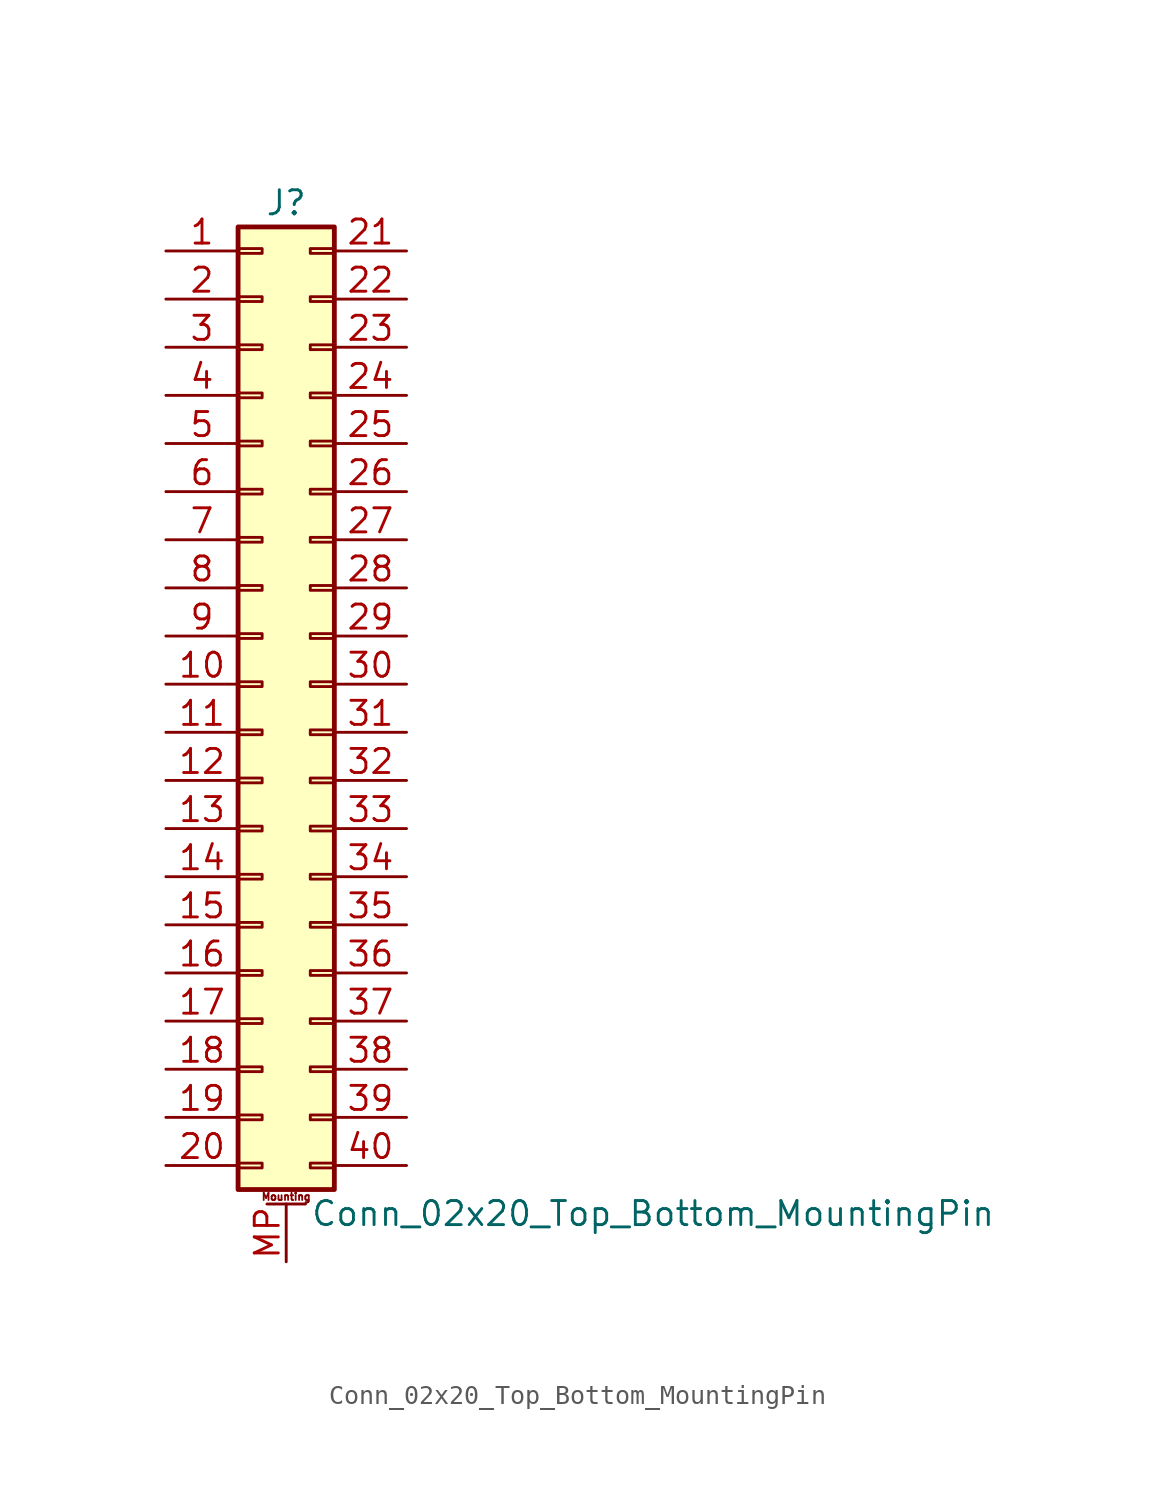
<source format=kicad_sym>
(kicad_symbol_lib
  (version 20211014)
  (generator kicad_symbol_editor)
  (symbol "Conn_02x20_Top_Bottom_MountingPin"
    (pin_names
      (offset 1.016) hide)
    (property "Reference" "J"
      (at 1.27 25.4 0)
      (effects (font (size 1.27 1.27))))
    (property "Value" "Conn_02x20_Top_Bottom_MountingPin"
      (at 2.54 -27.94 0)
      (effects (font (size 1.27 1.27)) (justify left)))
    (symbol "Conn_02x20_Top_Bottom_MountingPin_1_1"
      (rectangle (start -1.27 -25.273) (end 0 -25.527) (stroke (width 0.152) (type default) (color 0 0 0 0)) (fill (type none)))
      (rectangle (start -1.27 -22.733) (end 0 -22.987) (stroke (width 0.152) (type default) (color 0 0 0 0)) (fill (type none)))
      (rectangle (start -1.27 -20.193) (end 0 -20.447) (stroke (width 0.152) (type default) (color 0 0 0 0)) (fill (type none)))
      (rectangle (start -1.27 -17.653) (end 0 -17.907) (stroke (width 0.152) (type default) (color 0 0 0 0)) (fill (type none)))
      (rectangle (start -1.27 -15.113) (end 0 -15.367) (stroke (width 0.152) (type default) (color 0 0 0 0)) (fill (type none)))
      (rectangle (start -1.27 -12.573) (end 0 -12.827) (stroke (width 0.152) (type default) (color 0 0 0 0)) (fill (type none)))
      (rectangle (start -1.27 -10.033) (end 0 -10.287) (stroke (width 0.152) (type default) (color 0 0 0 0)) (fill (type none)))
      (rectangle (start -1.27 -7.493) (end 0 -7.747) (stroke (width 0.152) (type default) (color 0 0 0 0)) (fill (type none)))
      (rectangle (start -1.27 -4.953) (end 0 -5.207) (stroke (width 0.152) (type default) (color 0 0 0 0)) (fill (type none)))
      (rectangle (start -1.27 -2.413) (end 0 -2.667) (stroke (width 0.152) (type default) (color 0 0 0 0)) (fill (type none)))
      (rectangle (start -1.27 0.127) (end 0 -0.127) (stroke (width 0.152) (type default) (color 0 0 0 0)) (fill (type none)))
      (rectangle (start -1.27 2.667) (end 0 2.413) (stroke (width 0.152) (type default) (color 0 0 0 0)) (fill (type none)))
      (rectangle (start -1.27 5.207) (end 0 4.953) (stroke (width 0.152) (type default) (color 0 0 0 0)) (fill (type none)))
      (rectangle (start -1.27 7.747) (end 0 7.493) (stroke (width 0.152) (type default) (color 0 0 0 0)) (fill (type none)))
      (rectangle (start -1.27 10.287) (end 0 10.033) (stroke (width 0.152) (type default) (color 0 0 0 0)) (fill (type none)))
      (rectangle (start -1.27 12.827) (end 0 12.573) (stroke (width 0.152) (type default) (color 0 0 0 0)) (fill (type none)))
      (rectangle (start -1.27 15.367) (end 0 15.113) (stroke (width 0.152) (type default) (color 0 0 0 0)) (fill (type none)))
      (rectangle (start -1.27 17.907) (end 0 17.653) (stroke (width 0.152) (type default) (color 0 0 0 0)) (fill (type none)))
      (rectangle (start -1.27 20.447) (end 0 20.193) (stroke (width 0.152) (type default) (color 0 0 0 0)) (fill (type none)))
      (rectangle (start -1.27 22.987) (end 0 22.733) (stroke (width 0.152) (type default) (color 0 0 0 0)) (fill (type none)))
      (rectangle (start -1.27 24.13) (end 3.81 -26.67) (stroke (width 0.254) (type default) (color 0 0 0 0)) (fill (type background)))
      (polyline (pts (xy 0.254 -27.432) (xy 2.286 -27.432)) (stroke (width 0.152) (type default) (color 0 0 0 0)) (fill (type none)))
      (rectangle (start 3.81 -25.273) (end 2.54 -25.527) (stroke (width 0.152) (type default) (color 0 0 0 0)) (fill (type none)))
      (rectangle (start 3.81 -22.733) (end 2.54 -22.987) (stroke (width 0.152) (type default) (color 0 0 0 0)) (fill (type none)))
      (rectangle (start 3.81 -20.193) (end 2.54 -20.447) (stroke (width 0.152) (type default) (color 0 0 0 0)) (fill (type none)))
      (rectangle (start 3.81 -17.653) (end 2.54 -17.907) (stroke (width 0.152) (type default) (color 0 0 0 0)) (fill (type none)))
      (rectangle (start 3.81 -15.113) (end 2.54 -15.367) (stroke (width 0.152) (type default) (color 0 0 0 0)) (fill (type none)))
      (rectangle (start 3.81 -12.573) (end 2.54 -12.827) (stroke (width 0.152) (type default) (color 0 0 0 0)) (fill (type none)))
      (rectangle (start 3.81 -10.033) (end 2.54 -10.287) (stroke (width 0.152) (type default) (color 0 0 0 0)) (fill (type none)))
      (rectangle (start 3.81 -7.493) (end 2.54 -7.747) (stroke (width 0.152) (type default) (color 0 0 0 0)) (fill (type none)))
      (rectangle (start 3.81 -4.953) (end 2.54 -5.207) (stroke (width 0.152) (type default) (color 0 0 0 0)) (fill (type none)))
      (rectangle (start 3.81 -2.413) (end 2.54 -2.667) (stroke (width 0.152) (type default) (color 0 0 0 0)) (fill (type none)))
      (rectangle (start 3.81 0.127) (end 2.54 -0.127) (stroke (width 0.152) (type default) (color 0 0 0 0)) (fill (type none)))
      (rectangle (start 3.81 2.667) (end 2.54 2.413) (stroke (width 0.152) (type default) (color 0 0 0 0)) (fill (type none)))
      (rectangle (start 3.81 5.207) (end 2.54 4.953) (stroke (width 0.152) (type default) (color 0 0 0 0)) (fill (type none)))
      (rectangle (start 3.81 7.747) (end 2.54 7.493) (stroke (width 0.152) (type default) (color 0 0 0 0)) (fill (type none)))
      (rectangle (start 3.81 10.287) (end 2.54 10.033) (stroke (width 0.152) (type default) (color 0 0 0 0)) (fill (type none)))
      (rectangle (start 3.81 12.827) (end 2.54 12.573) (stroke (width 0.152) (type default) (color 0 0 0 0)) (fill (type none)))
      (rectangle (start 3.81 15.367) (end 2.54 15.113) (stroke (width 0.152) (type default) (color 0 0 0 0)) (fill (type none)))
      (rectangle (start 3.81 17.907) (end 2.54 17.653) (stroke (width 0.152) (type default) (color 0 0 0 0)) (fill (type none)))
      (rectangle (start 3.81 20.447) (end 2.54 20.193) (stroke (width 0.152) (type default) (color 0 0 0 0)) (fill (type none)))
      (rectangle (start 3.81 22.987) (end 2.54 22.733) (stroke (width 0.152) (type default) (color 0 0 0 0)) (fill (type none)))
      (text "Mounting" (at 1.27 -27.051 0) (effects (font (size 0.381 0.381))))
      (pin passive line (at -5.08 22.86 0) (length 3.81) (name "Pin_1" (effects (font (size 1.27 1.27)))) (number "1" (effects (font (size 1.27 1.27)))))
      (pin passive line (at -5.08 0 0) (length 3.81) (name "Pin_10" (effects (font (size 1.27 1.27)))) (number "10" (effects (font (size 1.27 1.27)))))
      (pin passive line (at -5.08 -2.54 0) (length 3.81) (name "Pin_11" (effects (font (size 1.27 1.27)))) (number "11" (effects (font (size 1.27 1.27)))))
      (pin passive line (at -5.08 -5.08 0) (length 3.81) (name "Pin_12" (effects (font (size 1.27 1.27)))) (number "12" (effects (font (size 1.27 1.27)))))
      (pin passive line (at -5.08 -7.62 0) (length 3.81) (name "Pin_13" (effects (font (size 1.27 1.27)))) (number "13" (effects (font (size 1.27 1.27)))))
      (pin passive line (at -5.08 -10.16 0) (length 3.81) (name "Pin_14" (effects (font (size 1.27 1.27)))) (number "14" (effects (font (size 1.27 1.27)))))
      (pin passive line (at -5.08 -12.7 0) (length 3.81) (name "Pin_15" (effects (font (size 1.27 1.27)))) (number "15" (effects (font (size 1.27 1.27)))))
      (pin passive line (at -5.08 -15.24 0) (length 3.81) (name "Pin_16" (effects (font (size 1.27 1.27)))) (number "16" (effects (font (size 1.27 1.27)))))
      (pin passive line (at -5.08 -17.78 0) (length 3.81) (name "Pin_17" (effects (font (size 1.27 1.27)))) (number "17" (effects (font (size 1.27 1.27)))))
      (pin passive line (at -5.08 -20.32 0) (length 3.81) (name "Pin_18" (effects (font (size 1.27 1.27)))) (number "18" (effects (font (size 1.27 1.27)))))
      (pin passive line (at -5.08 -22.86 0) (length 3.81) (name "Pin_19" (effects (font (size 1.27 1.27)))) (number "19" (effects (font (size 1.27 1.27)))))
      (pin passive line (at -5.08 20.32 0) (length 3.81) (name "Pin_2" (effects (font (size 1.27 1.27)))) (number "2" (effects (font (size 1.27 1.27)))))
      (pin passive line (at -5.08 -25.4 0) (length 3.81) (name "Pin_20" (effects (font (size 1.27 1.27)))) (number "20" (effects (font (size 1.27 1.27)))))
      (pin passive line (at 7.62 22.86 180) (length 3.81) (name "Pin_21" (effects (font (size 1.27 1.27)))) (number "21" (effects (font (size 1.27 1.27)))))
      (pin passive line (at 7.62 20.32 180) (length 3.81) (name "Pin_22" (effects (font (size 1.27 1.27)))) (number "22" (effects (font (size 1.27 1.27)))))
      (pin passive line (at 7.62 17.78 180) (length 3.81) (name "Pin_23" (effects (font (size 1.27 1.27)))) (number "23" (effects (font (size 1.27 1.27)))))
      (pin passive line (at 7.62 15.24 180) (length 3.81) (name "Pin_24" (effects (font (size 1.27 1.27)))) (number "24" (effects (font (size 1.27 1.27)))))
      (pin passive line (at 7.62 12.7 180) (length 3.81) (name "Pin_25" (effects (font (size 1.27 1.27)))) (number "25" (effects (font (size 1.27 1.27)))))
      (pin passive line (at 7.62 10.16 180) (length 3.81) (name "Pin_26" (effects (font (size 1.27 1.27)))) (number "26" (effects (font (size 1.27 1.27)))))
      (pin passive line (at 7.62 7.62 180) (length 3.81) (name "Pin_27" (effects (font (size 1.27 1.27)))) (number "27" (effects (font (size 1.27 1.27)))))
      (pin passive line (at 7.62 5.08 180) (length 3.81) (name "Pin_28" (effects (font (size 1.27 1.27)))) (number "28" (effects (font (size 1.27 1.27)))))
      (pin passive line (at 7.62 2.54 180) (length 3.81) (name "Pin_29" (effects (font (size 1.27 1.27)))) (number "29" (effects (font (size 1.27 1.27)))))
      (pin passive line (at -5.08 17.78 0) (length 3.81) (name "Pin_3" (effects (font (size 1.27 1.27)))) (number "3" (effects (font (size 1.27 1.27)))))
      (pin passive line (at 7.62 0 180) (length 3.81) (name "Pin_30" (effects (font (size 1.27 1.27)))) (number "30" (effects (font (size 1.27 1.27)))))
      (pin passive line (at 7.62 -2.54 180) (length 3.81) (name "Pin_31" (effects (font (size 1.27 1.27)))) (number "31" (effects (font (size 1.27 1.27)))))
      (pin passive line (at 7.62 -5.08 180) (length 3.81) (name "Pin_32" (effects (font (size 1.27 1.27)))) (number "32" (effects (font (size 1.27 1.27)))))
      (pin passive line (at 7.62 -7.62 180) (length 3.81) (name "Pin_33" (effects (font (size 1.27 1.27)))) (number "33" (effects (font (size 1.27 1.27)))))
      (pin passive line (at 7.62 -10.16 180) (length 3.81) (name "Pin_34" (effects (font (size 1.27 1.27)))) (number "34" (effects (font (size 1.27 1.27)))))
      (pin passive line (at 7.62 -12.7 180) (length 3.81) (name "Pin_35" (effects (font (size 1.27 1.27)))) (number "35" (effects (font (size 1.27 1.27)))))
      (pin passive line (at 7.62 -15.24 180) (length 3.81) (name "Pin_36" (effects (font (size 1.27 1.27)))) (number "36" (effects (font (size 1.27 1.27)))))
      (pin passive line (at 7.62 -17.78 180) (length 3.81) (name "Pin_37" (effects (font (size 1.27 1.27)))) (number "37" (effects (font (size 1.27 1.27)))))
      (pin passive line (at 7.62 -20.32 180) (length 3.81) (name "Pin_38" (effects (font (size 1.27 1.27)))) (number "38" (effects (font (size 1.27 1.27)))))
      (pin passive line (at 7.62 -22.86 180) (length 3.81) (name "Pin_39" (effects (font (size 1.27 1.27)))) (number "39" (effects (font (size 1.27 1.27)))))
      (pin passive line (at -5.08 15.24 0) (length 3.81) (name "Pin_4" (effects (font (size 1.27 1.27)))) (number "4" (effects (font (size 1.27 1.27)))))
      (pin passive line (at 7.62 -25.4 180) (length 3.81) (name "Pin_40" (effects (font (size 1.27 1.27)))) (number "40" (effects (font (size 1.27 1.27)))))
      (pin passive line (at -5.08 12.7 0) (length 3.81) (name "Pin_5" (effects (font (size 1.27 1.27)))) (number "5" (effects (font (size 1.27 1.27)))))
      (pin passive line (at -5.08 10.16 0) (length 3.81) (name "Pin_6" (effects (font (size 1.27 1.27)))) (number "6" (effects (font (size 1.27 1.27)))))
      (pin passive line (at -5.08 7.62 0) (length 3.81) (name "Pin_7" (effects (font (size 1.27 1.27)))) (number "7" (effects (font (size 1.27 1.27)))))
      (pin passive line (at -5.08 5.08 0) (length 3.81) (name "Pin_8" (effects (font (size 1.27 1.27)))) (number "8" (effects (font (size 1.27 1.27)))))
      (pin passive line (at -5.08 2.54 0) (length 3.81) (name "Pin_9" (effects (font (size 1.27 1.27)))) (number "9" (effects (font (size 1.27 1.27)))))
      (pin passive line (at 1.27 -30.48 90) (length 3.048) (name "MountPin" (effects (font (size 1.27 1.27)))) (number "MP" (effects (font (size 1.27 1.27))))))))
</source>
